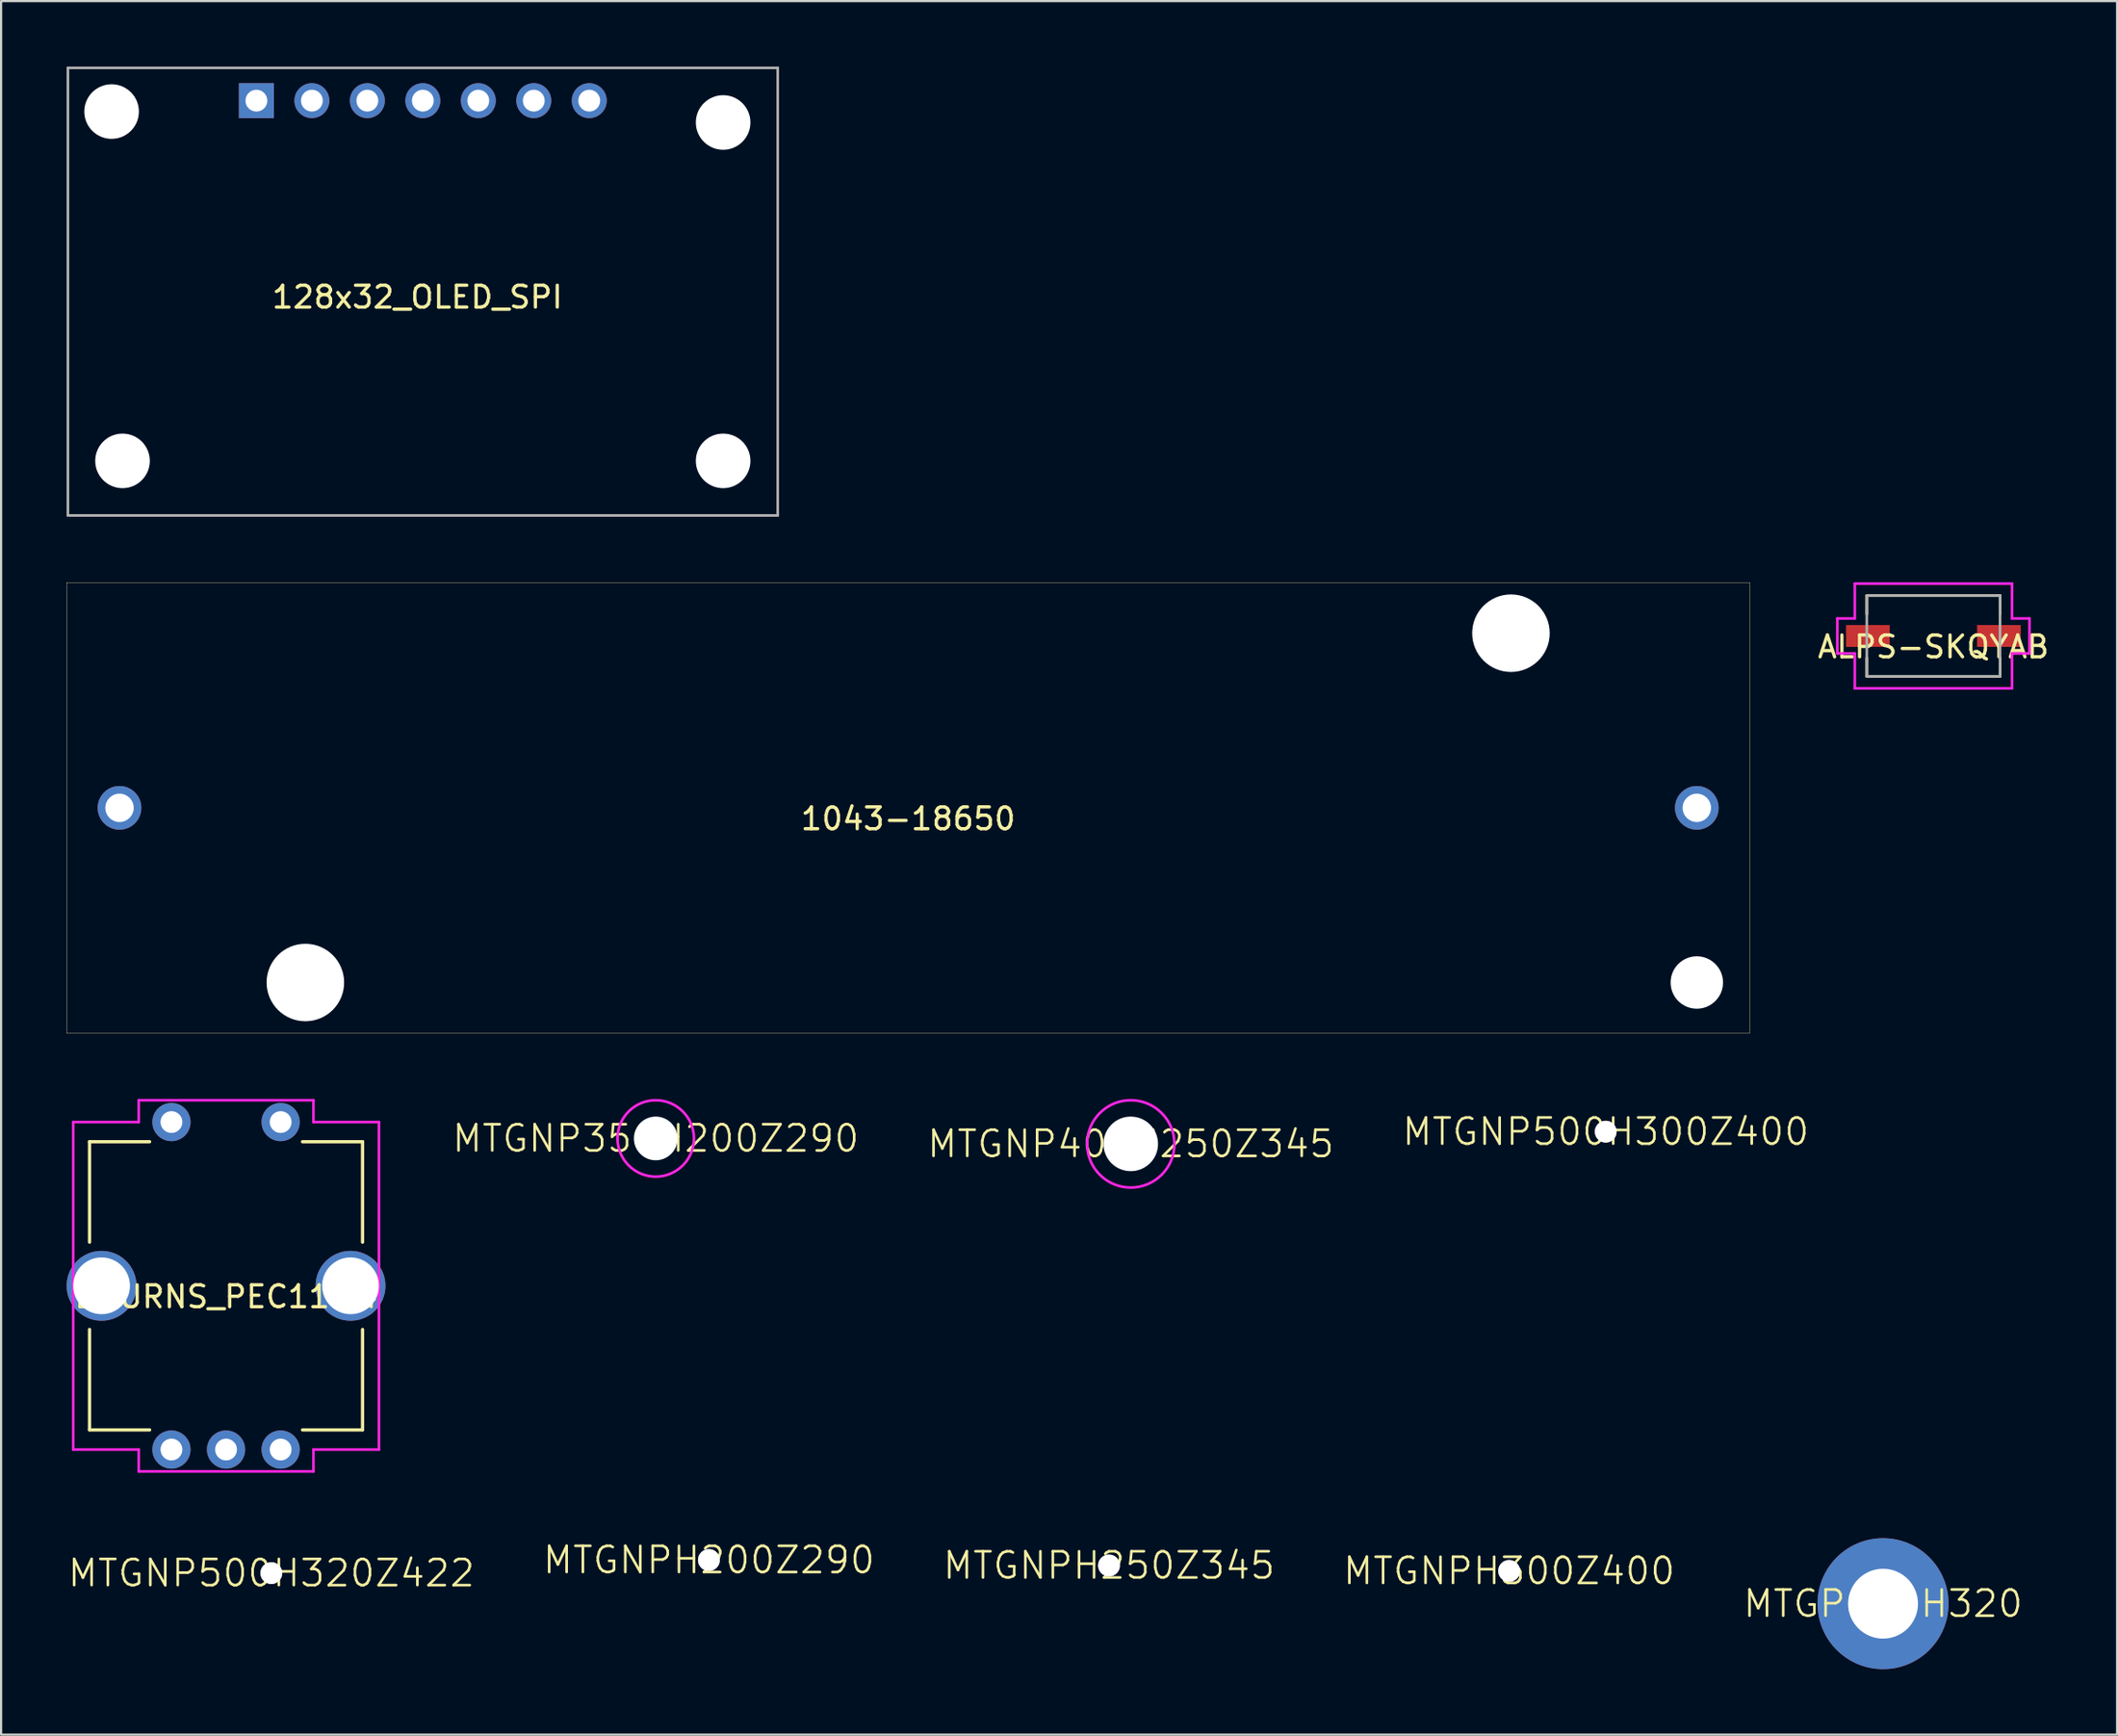
<source format=kicad_pcb>
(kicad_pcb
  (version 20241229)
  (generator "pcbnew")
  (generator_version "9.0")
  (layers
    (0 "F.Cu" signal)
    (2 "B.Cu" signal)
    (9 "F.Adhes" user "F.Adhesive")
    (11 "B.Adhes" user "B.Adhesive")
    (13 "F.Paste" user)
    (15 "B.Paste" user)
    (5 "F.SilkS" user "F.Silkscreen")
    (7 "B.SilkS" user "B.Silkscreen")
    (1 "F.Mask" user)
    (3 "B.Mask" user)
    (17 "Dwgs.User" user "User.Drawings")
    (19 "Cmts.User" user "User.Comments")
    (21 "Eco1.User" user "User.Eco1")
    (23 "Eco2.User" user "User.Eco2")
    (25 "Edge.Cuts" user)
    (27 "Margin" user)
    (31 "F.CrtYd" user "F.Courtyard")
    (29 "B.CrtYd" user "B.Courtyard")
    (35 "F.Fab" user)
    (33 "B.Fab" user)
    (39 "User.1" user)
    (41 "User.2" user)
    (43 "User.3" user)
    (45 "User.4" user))
  (footprint "MTGP600H320"
    (layer "F.Cu")
    (at 83.169 70.405)
    (property "Reference" "MTGP600H320" (at 0 0 0) (layer "F.SilkS") (effects (font (size 1.2 1.2) (thickness 0.12))))
    (attr exclude_from_pos_files exclude_from_bom)
    (fp_line (start 0 -0.35) (end 0 0.35) (stroke (width 0.05) (type solid)) (layer "F.CrtYd"))
    (pad "1" thru_hole circle (at 0 0) (size 6 6) (drill 3.2) (layers "*.Cu" "*.Mask")))
  (footprint "MTGNP350H200Z290"
    (layer "F.Cu")
    (at 26.974 49.095)
    (property "Reference" "MTGNP350H200Z290" (at 0 0 0) (layer "F.SilkS") (effects (font (size 1.2 1.2) (thickness 0.12))))
    (attr exclude_from_pos_files exclude_from_bom)
    (fp_circle (center 0 0) (end 1.75 0) (stroke (width 0.12) (type solid)) (fill no) (layer "F.CrtYd"))
    (pad "" np_thru_hole circle (at 0 0) (size 2 2) (drill 2) (layers "*.Cu" "*.Mask")))
  (footprint "MTGNPH300Z400"
    (layer "F.Cu")
    (at 66.049 68.905)
    (property "Reference" "MTGNPH300Z400" (at 0 0 0) (layer "F.SilkS") (effects (font (size 1.2 1.2) (thickness 0.12))))
    (attr through_hole)
    (fp_line (start 0 -0.35) (end 0 0.35) (stroke (width 0.05) (type solid)) (layer "F.CrtYd"))
    (pad "1" thru_hole circle (at 0 0) (size 1 1) (drill 3) (layers "*.Cu" "*.Mask")))
  (footprint "MTGNP500H320Z422"
    (layer "F.Cu")
    (at 9.374 69.005)
    (property "Reference" "MTGNP500H320Z422" (at 0 0 0) (layer "F.SilkS") (effects (font (size 1.2 1.2) (thickness 0.12))))
    (attr exclude_from_pos_files exclude_from_bom)
    (fp_line (start 0 -0.35) (end 0 0.35) (stroke (width 0.05) (type solid)) (layer "F.CrtYd"))
    (pad "1" thru_hole circle (at 0 0) (size 1 1) (drill 3.2) (layers "*.Cu" "*.Mask")))
  (footprint "1043-18650"
    (layer "F.Cu")
    (at 38.532 33.953)
    (property "Reference" "1043-18650" (at 0 0.5 0) (layer "F.SilkS") (effects (font (size 1 1) (thickness 0.15))))
    (attr through_hole)
    (fp_line (start -38.525 -10.325) (end 38.525 -10.325) (stroke (width 0.015) (type solid)) (layer "F.SilkS"))
    (fp_line (start -38.525 10.325) (end -38.525 -10.325) (stroke (width 0.015) (type solid)) (layer "F.SilkS"))
    (fp_line (start 38.525 -10.325) (end 38.525 10.325) (stroke (width 0.015) (type solid)) (layer "F.SilkS"))
    (fp_line (start 38.525 10.325) (end -38.525 10.325) (stroke (width 0.015) (type solid)) (layer "F.SilkS"))
    (pad "" np_thru_hole circle (at -27.6 8) (size 3.55 3.55) (drill 3.55) (layers "*.Cu" "*.Mask"))
    (pad "" np_thru_hole circle (at 27.6 -8) (size 3.55 3.55) (drill 3.55) (layers "*.Cu" "*.Mask"))
    (pad "" np_thru_hole circle (at 36.11 8) (size 2.4 2.4) (drill 2.4) (layers "*.Cu" "*.Mask"))
    (pad "1" thru_hole circle (at 36.11 0) (size 2 2) (drill 1.3) (layers "*.Cu" "*.Mask"))
    (pad "2" thru_hole circle (at -36.11 0) (size 2 2) (drill 1.3) (layers "*.Cu" "*.Mask")))
  (footprint "MTGNPH250Z345"
    (layer "F.Cu")
    (at 47.729 68.655)
    (property "Reference" "MTGNPH250Z345" (at 0 0 0) (layer "F.SilkS") (effects (font (size 1.2 1.2) (thickness 0.12))))
    (attr exclude_from_pos_files exclude_from_bom)
    (pad "1" thru_hole circle (at 0 0) (size 1 1) (drill 2.5) (layers "*.Cu" "*.Mask")))
  (footprint "MTGNP400H250Z345"
    (layer "F.Cu")
    (at 48.723 49.345)
    (property "Reference" "MTGNP400H250Z345" (at 0 0 0) (layer "F.SilkS") (effects (font (size 1.2 1.2) (thickness 0.12))))
    (attr exclude_from_pos_files exclude_from_bom)
    (fp_circle (center 0 0) (end 0 2) (stroke (width 0.12) (type solid)) (fill no) (layer "F.CrtYd"))
    (pad "" np_thru_hole circle (at 0 0) (size 2.5 2.5) (drill 2.5) (layers "*.Cu")))
  (footprint "BOURNS_PEC11-4"
    (layer "F.Cu")
    (at 7.3 55.845)
    (property "Reference" "BOURNS_PEC11-4" (at 0 0.5 0) (layer "F.SilkS") (effects (font (size 1 1) (thickness 0.15))))
    (attr through_hole)
    (fp_line (start -6.25 -6.6) (end -6.25 -2) (stroke (width 0.15) (type solid)) (layer "F.SilkS"))
    (fp_line (start -6.25 -6.6) (end -3.5 -6.6) (stroke (width 0.15) (type solid)) (layer "F.SilkS"))
    (fp_line (start -6.25 2) (end -6.25 6.6) (stroke (width 0.15) (type solid)) (layer "F.SilkS"))
    (fp_line (start -6.25 6.6) (end -3.5 6.6) (stroke (width 0.15) (type solid)) (layer "F.SilkS"))
    (fp_line (start 3.5 -6.6) (end 6.25 -6.6) (stroke (width 0.15) (type solid)) (layer "F.SilkS"))
    (fp_line (start 3.5 6.6) (end 6.25 6.6) (stroke (width 0.15) (type solid)) (layer "F.SilkS"))
    (fp_line (start 6.25 -6.6) (end 6.25 -2) (stroke (width 0.15) (type solid)) (layer "F.SilkS"))
    (fp_line (start 6.25 6.6) (end 6.25 2) (stroke (width 0.15) (type solid)) (layer "F.SilkS"))
    (fp_line (start -7 -7.5) (end -7 7.5) (stroke (width 0.12) (type solid)) (layer "F.CrtYd"))
    (fp_line (start -7 7.5) (end -4 7.5) (stroke (width 0.12) (type solid)) (layer "F.CrtYd"))
    (fp_line (start -4 -8.5) (end -4 -7.5) (stroke (width 0.12) (type solid)) (layer "F.CrtYd"))
    (fp_line (start -4 -7.5) (end -7 -7.5) (stroke (width 0.12) (type solid)) (layer "F.CrtYd"))
    (fp_line (start -4 7.5) (end -4 8.5) (stroke (width 0.12) (type solid)) (layer "F.CrtYd"))
    (fp_line (start -4 8.5) (end 4 8.5) (stroke (width 0.12) (type solid)) (layer "F.CrtYd"))
    (fp_line (start 4 -8.5) (end -4 -8.5) (stroke (width 0.12) (type solid)) (layer "F.CrtYd"))
    (fp_line (start 4 -7.5) (end 4 -8.5) (stroke (width 0.12) (type solid)) (layer "F.CrtYd"))
    (fp_line (start 4 7.5) (end 7 7.5) (stroke (width 0.12) (type solid)) (layer "F.CrtYd"))
    (fp_line (start 4 8.5) (end 4 7.5) (stroke (width 0.12) (type solid)) (layer "F.CrtYd"))
    (fp_line (start 7 -7.5) (end 4 -7.5) (stroke (width 0.12) (type solid)) (layer "F.CrtYd"))
    (fp_line (start 7 7.5) (end 7 -7.5) (stroke (width 0.12) (type solid)) (layer "F.CrtYd"))
    (pad "" thru_hole circle (at -5.7 0) (size 3.2 3.2) (drill 2.6) (layers "*.Cu" "*.Mask"))
    (pad "" thru_hole circle (at 5.7 0) (size 3.2 3.2) (drill 2.6) (layers "*.Cu" "*.Mask"))
    (pad "1" thru_hole circle (at -2.5 7.5) (size 1.75 1.75) (drill 1) (layers "*.Cu" "*.Mask"))
    (pad "2" thru_hole circle (at 0 7.5) (size 1.75 1.75) (drill 1) (layers "*.Cu" "*.Mask"))
    (pad "3" thru_hole circle (at 2.5 7.5) (size 1.75 1.75) (drill 1) (layers "*.Cu" "*.Mask"))
    (pad "4" thru_hole circle (at -2.5 -7.5) (size 1.75 1.75) (drill 1) (layers "*.Cu" "*.Mask"))
    (pad "5" thru_hole circle (at 2.5 -7.5) (size 1.75 1.75) (drill 1) (layers "*.Cu" "*.Mask")))
  (footprint "128x32_OLED_SPI"
    (layer "F.Cu")
    (at 16.06 10.06)
    (property "Reference" "128x32_OLED_SPI" (at 0 0.5 0) (layer "F.SilkS") (effects (font (size 1 1) (thickness 0.15))))
    (attr through_hole)
    (fp_line (start -16 -10) (end -16 10.5) (stroke (width 0.12) (type solid)) (layer "F.Fab"))
    (fp_line (start -16 10.5) (end 16.5 10.5) (stroke (width 0.12) (type solid)) (layer "F.Fab"))
    (fp_line (start 16.5 -10) (end -16 -10) (stroke (width 0.12) (type solid)) (layer "F.Fab"))
    (fp_line (start 16.5 10.5) (end 16.5 -10) (stroke (width 0.12) (type solid)) (layer "F.Fab"))
    (pad "" np_thru_hole circle (at -14 -8) (size 2.5 2.5) (drill 2.5) (layers "*.Cu" "*.Mask"))
    (pad "" np_thru_hole circle (at -13.5 8) (size 2.5 2.5) (drill 2.5) (layers "*.Cu" "*.Mask"))
    (pad "" np_thru_hole circle (at 14 -7.5) (size 2.5 2.5) (drill 2.5) (layers "*.Cu" "*.Mask"))
    (pad "" np_thru_hole circle (at 14 8) (size 2.5 2.5) (drill 2.5) (layers "*.Cu" "*.Mask"))
    (pad "1" thru_hole rect (at -7.37 -8.5) (size 1.6 1.6) (drill 1) (layers "*.Cu" "*.Mask"))
    (pad "2" thru_hole circle (at -4.83 -8.5) (size 1.6 1.6) (drill 1) (layers "*.Cu" "*.Mask"))
    (pad "3" thru_hole circle (at -2.29 -8.5) (size 1.6 1.6) (drill 1) (layers "*.Cu" "*.Mask"))
    (pad "4" thru_hole circle (at 0.25 -8.5) (size 1.6 1.6) (drill 1) (layers "*.Cu" "*.Mask"))
    (pad "5" thru_hole circle (at 2.79 -8.5) (size 1.6 1.6) (drill 1) (layers "*.Cu" "*.Mask"))
    (pad "6" thru_hole circle (at 5.33 -8.5) (size 1.6 1.6) (drill 1) (layers "*.Cu" "*.Mask"))
    (pad "7" thru_hole circle (at 7.87 -8.5) (size 1.6 1.6) (drill 1) (layers "*.Cu" "*.Mask")))
  (footprint "ALPS-SKQYAB"
    (layer "F.Cu")
    (at 85.476 26.08)
    (property "Reference" "ALPS-SKQYAB" (at 0 0.5 0) (layer "F.SilkS") (effects (font (size 1 1) (thickness 0.15))))
    (attr through_hole)
    (fp_line (start -3.05 -1.85) (end 3.05 -1.85) (stroke (width 0.12) (type solid)) (layer "F.SilkS"))
    (fp_line (start -3.05 -1) (end -3.05 -1.85) (stroke (width 0.12) (type solid)) (layer "F.SilkS"))
    (fp_line (start -3.05 1.85) (end -3.05 1) (stroke (width 0.12) (type solid)) (layer "F.SilkS"))
    (fp_line (start 3.05 -1.85) (end 3.05 -1) (stroke (width 0.12) (type solid)) (layer "F.SilkS"))
    (fp_line (start 3.05 1) (end 3.05 1.85) (stroke (width 0.12) (type solid)) (layer "F.SilkS"))
    (fp_line (start 3.05 1.85) (end -3.05 1.85) (stroke (width 0.12) (type solid)) (layer "F.SilkS"))
    (fp_line (start -4.4 -0.8) (end -4.4 0.8) (stroke (width 0.12) (type solid)) (layer "F.CrtYd"))
    (fp_line (start -4.4 0.8) (end -3.6 0.8) (stroke (width 0.12) (type solid)) (layer "F.CrtYd"))
    (fp_line (start -3.6 -2.4) (end -3.6 -0.8) (stroke (width 0.12) (type solid)) (layer "F.CrtYd"))
    (fp_line (start -3.6 -0.8) (end -4.4 -0.8) (stroke (width 0.12) (type solid)) (layer "F.CrtYd"))
    (fp_line (start -3.6 0.8) (end -3.6 2.4) (stroke (width 0.12) (type solid)) (layer "F.CrtYd"))
    (fp_line (start -3.6 2.4) (end 3.6 2.4) (stroke (width 0.12) (type solid)) (layer "F.CrtYd"))
    (fp_line (start 3.6 -2.4) (end -3.6 -2.4) (stroke (width 0.12) (type solid)) (layer "F.CrtYd"))
    (fp_line (start 3.6 -0.8) (end 3.6 -2.4) (stroke (width 0.12) (type solid)) (layer "F.CrtYd"))
    (fp_line (start 3.6 0.8) (end 4.4 0.8) (stroke (width 0.12) (type solid)) (layer "F.CrtYd"))
    (fp_line (start 3.6 2.4) (end 3.6 0.8) (stroke (width 0.12) (type solid)) (layer "F.CrtYd"))
    (fp_line (start 4.4 -0.8) (end 3.6 -0.8) (stroke (width 0.12) (type solid)) (layer "F.CrtYd"))
    (fp_line (start 4.4 0.8) (end 4.4 -0.8) (stroke (width 0.12) (type solid)) (layer "F.CrtYd"))
    (fp_line (start -3.05 -1.85) (end 3.05 -1.85) (stroke (width 0.12) (type solid)) (layer "F.Fab"))
    (fp_line (start -3.05 1.85) (end -3.05 -1.85) (stroke (width 0.12) (type solid)) (layer "F.Fab"))
    (fp_line (start 3.05 -1.85) (end 3.05 1.85) (stroke (width 0.12) (type solid)) (layer "F.Fab"))
    (fp_line (start 3.05 1.85) (end -3.05 1.85) (stroke (width 0.12) (type solid)) (layer "F.Fab"))
    (pad "1" smd rect (at 3 0) (size 2 1) (layers "F.Cu" "F.Mask" "F.Paste"))
    (pad "2" smd rect (at -3 0) (size 2 1) (layers "F.Cu" "F.Mask" "F.Paste")))
  (footprint "MTGNPH200Z290"
    (layer "F.Cu")
    (at 29.409 68.405)
    (property "Reference" "MTGNPH200Z290" (at 0 0 0) (layer "F.SilkS") (effects (font (size 1.2 1.2) (thickness 0.12))))
    (attr exclude_from_pos_files exclude_from_bom)
    (pad "1" thru_hole circle (at 0 0) (size 1 1) (drill 2) (layers "*.Cu" "*.Mask")))
  (footprint "MTGNP500H300Z400"
    (layer "F.Cu")
    (at 70.471 48.785)
    (property "Reference" "MTGNP500H300Z400" (at 0 0 0) (layer "F.SilkS") (effects (font (size 1.2 1.2) (thickness 0.12))))
    (attr exclude_from_pos_files exclude_from_bom)
    (fp_line (start 0 -0.35) (end 0 0.35) (stroke (width 0.05) (type solid)) (layer "F.CrtYd"))
    (pad "1" thru_hole circle (at 0 0) (size 1 1) (drill 3) (layers "*.Cu" "*.Mask")))
  (gr_rect
    (start -3 -3)
    (end 93.886 76.405)
    (stroke (width 0.1) (type default))
    (fill no)
    (layer "Edge.Cuts")))
</source>
